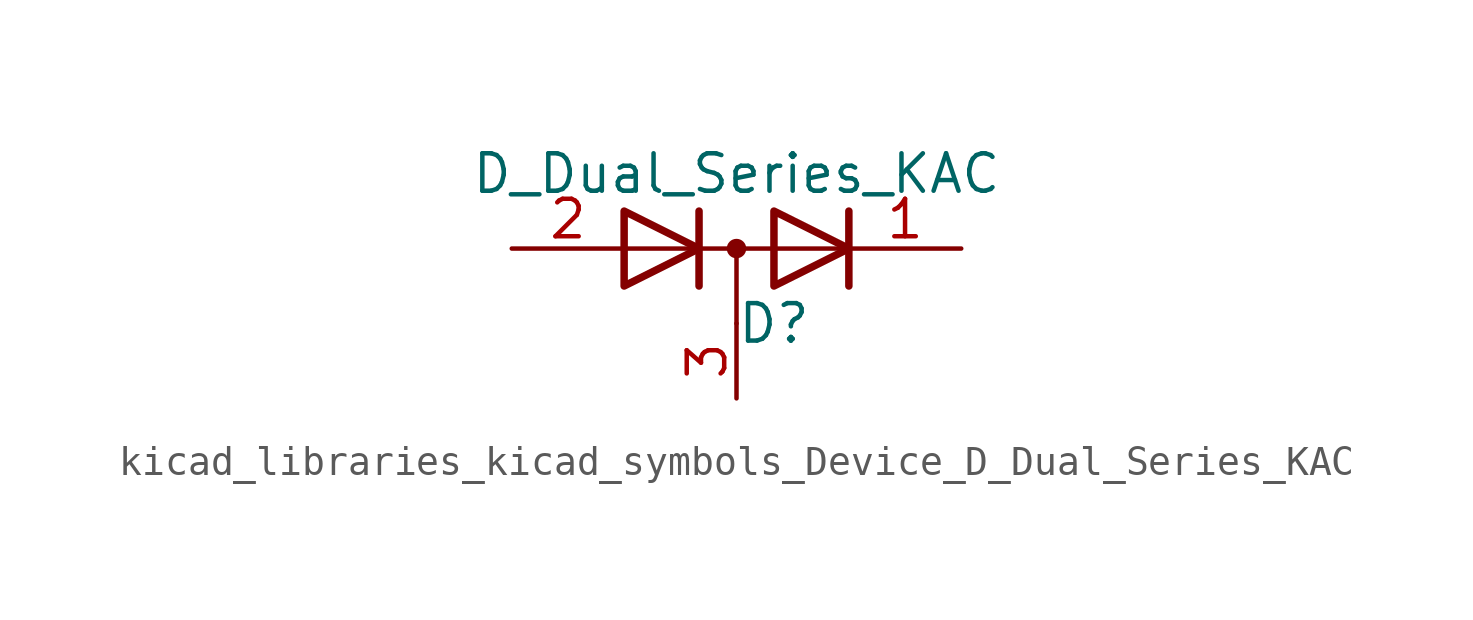
<source format=kicad_sym>
(kicad_symbol_lib
  (version 20220914)
  (generator kicad_symbol_editor)
  (symbol "kicad_libraries_kicad_symbols_Device_D_Dual_Series_KAC"
    (pin_names
      (offset 0.762) hide)
    (property "Reference" "D"
      (at 1.27 -2.54 0)
      (effects (font (size 1.27 1.27))))
    (property "Value" "D_Dual_Series_KAC"
      (at 0 2.54 0)
      (effects (font (size 1.27 1.27))))
    (symbol "kicad_libraries_kicad_symbols_Device_D_Dual_Series_KAC_0_1"
      (polyline (pts (xy 0 0) (xy 0 -2.54)) (stroke (width 0) (type default)) (fill (type none)))
      (polyline (pts (xy 3.81 0) (xy -3.81 0)) (stroke (width 0) (type default)) (fill (type none)))
      (polyline (pts (xy -1.27 -1.27) (xy -1.27 1.27) (xy -1.27 1.27)) (stroke (width 0.254) (type default)) (fill (type none)))
      (polyline (pts (xy 3.81 1.27) (xy 3.81 -1.27) (xy 3.81 -1.27)) (stroke (width 0.254) (type default)) (fill (type none)))
      (polyline (pts (xy -3.81 1.27) (xy -1.27 0) (xy -3.81 -1.27) (xy -3.81 1.27) (xy -3.81 1.27) (xy -3.81 1.27)) (stroke (width 0.254) (type default)) (fill (type none)))
      (polyline (pts (xy 1.27 1.27) (xy 3.81 0) (xy 1.27 -1.27) (xy 1.27 1.27) (xy 1.27 1.27) (xy 1.27 1.27)) (stroke (width 0.254) (type default)) (fill (type none)))
      (circle (center 0 0) (radius 0.254) (stroke (width 0) (type default)) (fill (type outline)))
      (pin passive line (at 7.62 0 180) (length 3.81) (name "K" (effects (font (size 1.27 1.27)))) (number "1" (effects (font (size 1.27 1.27)))))
      (pin passive line (at -7.62 0 0) (length 3.81) (name "A" (effects (font (size 1.27 1.27)))) (number "2" (effects (font (size 1.27 1.27)))))
      (pin passive line (at 0 -5.08 90) (length 2.54) (name "common" (effects (font (size 1.27 1.27)))) (number "3" (effects (font (size 1.27 1.27))))))))
</source>
